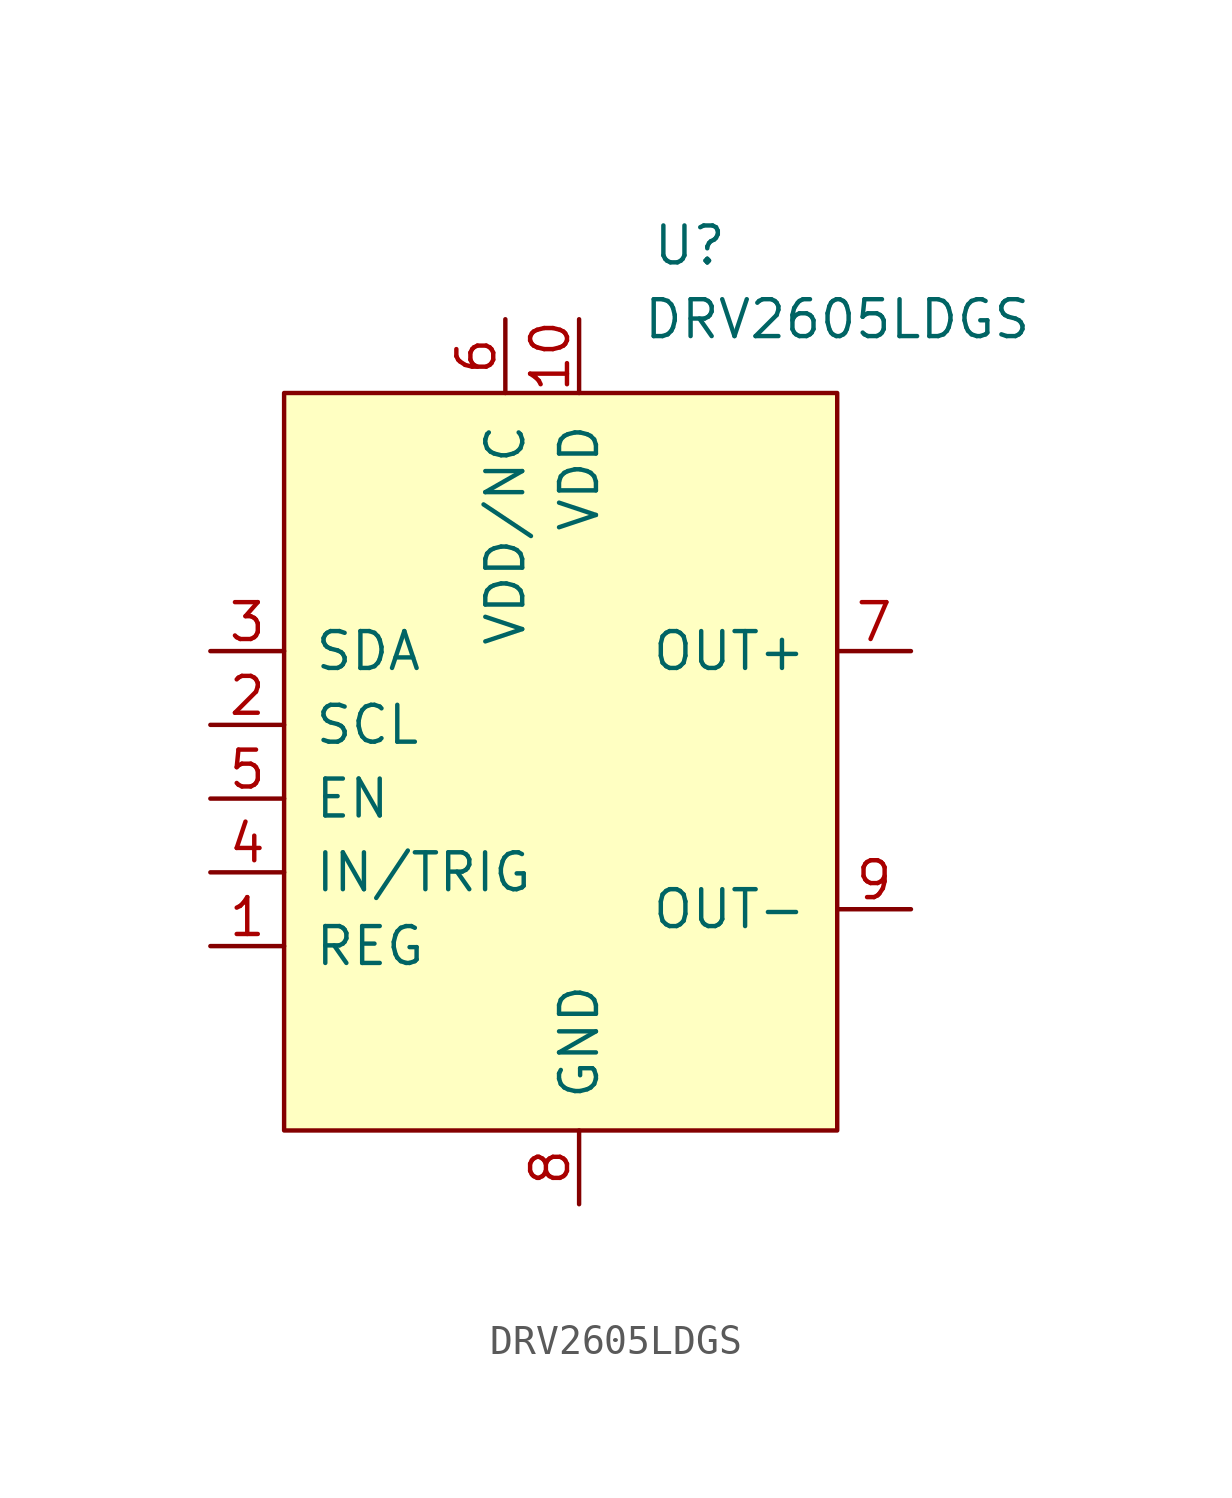
<source format=kicad_sym>
(kicad_symbol_lib
  (version 20201005)
  (generator kicad_symbol_editor)
  (symbol "DRV2605LDGS"
    (pin_names
      (offset 1.016))
    (property "Reference" "U"
      (at 3.81 17.78 0)
      (effects (font (size 1.27 1.27))))
    (property "Value" "DRV2605LDGS"
      (at 8.89 15.24 0)
      (effects (font (size 1.27 1.27))))
    (symbol "DRV2605LDGS_0_1"
      (rectangle (start -10.16 12.7) (end 8.89 -12.7) (stroke (width 0)) (fill (type background))))
    (symbol "DRV2605LDGS_1_1"
      (pin output line (at -12.7 -6.35 0) (length 2.54) (name "REG" (effects (font (size 1.27 1.27)))) (number "1" (effects (font (size 1.27 1.27)))))
      (pin power_in line (at 0 15.24 270) (length 2.54) (name "VDD" (effects (font (size 1.27 1.27)))) (number "10" (effects (font (size 1.27 1.27)))))
      (pin input line (at -12.7 1.27 0) (length 2.54) (name "SCL" (effects (font (size 1.27 1.27)))) (number "2" (effects (font (size 1.27 1.27)))))
      (pin bidirectional line (at -12.7 3.81 0) (length 2.54) (name "SDA" (effects (font (size 1.27 1.27)))) (number "3" (effects (font (size 1.27 1.27)))))
      (pin input line (at -12.7 -3.81 0) (length 2.54) (name "IN/TRIG" (effects (font (size 1.27 1.27)))) (number "4" (effects (font (size 1.27 1.27)))))
      (pin input line (at -12.7 -1.27 0) (length 2.54) (name "EN" (effects (font (size 1.27 1.27)))) (number "5" (effects (font (size 1.27 1.27)))))
      (pin power_in line (at -2.54 15.24 270) (length 2.54) (name "VDD/NC" (effects (font (size 1.27 1.27)))) (number "6" (effects (font (size 1.27 1.27)))))
      (pin output line (at 11.43 3.81 180) (length 2.54) (name "OUT+" (effects (font (size 1.27 1.27)))) (number "7" (effects (font (size 1.27 1.27)))))
      (pin power_in line (at 0 -15.24 90) (length 2.54) (name "GND" (effects (font (size 1.27 1.27)))) (number "8" (effects (font (size 1.27 1.27)))))
      (pin output line (at 11.43 -5.08 180) (length 2.54) (name "OUT-" (effects (font (size 1.27 1.27)))) (number "9" (effects (font (size 1.27 1.27))))))))
</source>
